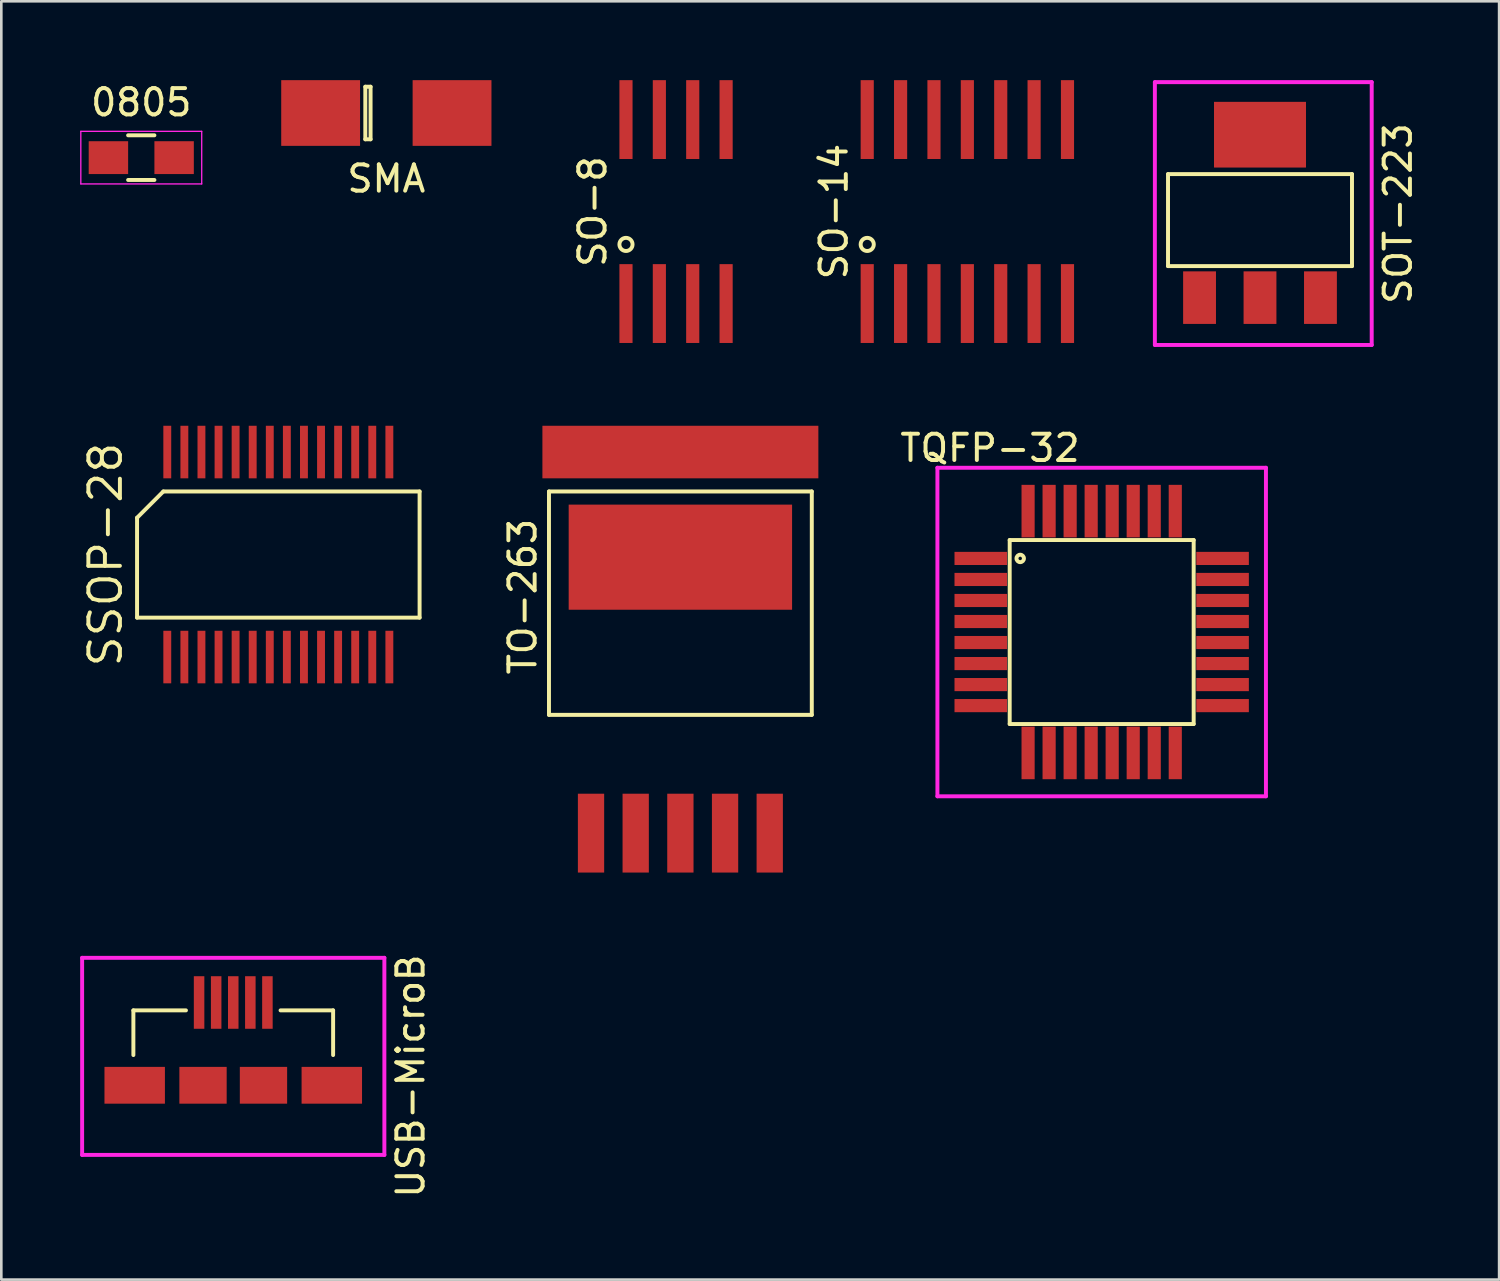
<source format=kicad_pcb>
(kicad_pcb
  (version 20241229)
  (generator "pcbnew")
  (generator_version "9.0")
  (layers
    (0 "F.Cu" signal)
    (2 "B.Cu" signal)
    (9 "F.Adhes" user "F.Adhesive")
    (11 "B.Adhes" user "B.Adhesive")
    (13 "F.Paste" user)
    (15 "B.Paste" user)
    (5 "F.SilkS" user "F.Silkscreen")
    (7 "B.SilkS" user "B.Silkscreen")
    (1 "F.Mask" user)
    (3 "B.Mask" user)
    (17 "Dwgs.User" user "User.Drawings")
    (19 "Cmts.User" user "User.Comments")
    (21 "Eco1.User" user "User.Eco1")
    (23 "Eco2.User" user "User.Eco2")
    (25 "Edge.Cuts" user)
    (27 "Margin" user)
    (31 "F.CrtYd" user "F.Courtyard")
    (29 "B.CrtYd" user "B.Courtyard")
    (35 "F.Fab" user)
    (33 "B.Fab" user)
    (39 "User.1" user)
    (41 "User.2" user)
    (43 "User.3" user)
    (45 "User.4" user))
  (footprint "TO-263"
    (layer "F.Cu")
    (at 22.838 15.15)
    (property "Reference" "TO-263" (at -6 4.5 270) (layer "F.SilkS") (effects (font (size 1 1) (thickness 0.15))))
    (attr through_hole)
    (fp_line (start -5 0.5) (end 5 0.5) (stroke (width 0.15) (type solid)) (layer "F.SilkS"))
    (fp_line (start -5 9) (end -5 0.5) (stroke (width 0.15) (type solid)) (layer "F.SilkS"))
    (fp_line (start 5 0.5) (end 5 9) (stroke (width 0.15) (type solid)) (layer "F.SilkS"))
    (fp_line (start 5 9) (end -5 9) (stroke (width 0.15) (type solid)) (layer "F.SilkS"))
    (pad "1" smd rect (at -3.4 13.5) (size 1 3) (layers "F.Cu" "F.Mask" "F.Paste"))
    (pad "2" smd rect (at -1.7 13.5) (size 1 3) (layers "F.Cu" "F.Mask" "F.Paste"))
    (pad "3" smd rect (at 0 -1) (size 10.5 2) (layers "F.Cu" "F.Mask" "F.Paste"))
    (pad "3" smd rect (at 0 3) (size 8.5 4) (layers "F.Cu" "F.Mask" "F.Paste"))
    (pad "3" smd rect (at 0 13.5) (size 1 3) (layers "F.Cu" "F.Mask" "F.Paste"))
    (pad "4" smd rect (at 1.7 13.5) (size 1 3) (layers "F.Cu" "F.Mask" "F.Paste"))
    (pad "5" smd rect (at 3.4 13.5) (size 1 3) (layers "F.Cu" "F.Mask" "F.Paste")))
  (footprint "SSOP-28"
    (layer "F.Cu")
    (at 7.54 18.05)
    (property "Reference" "SSOP-28" (at -6.575 0 90) (layer "F.SilkS") (effects (font (size 1.2 1.2) (thickness 0.15))))
    (attr through_hole)
    (fp_line (start -5.375 -1.4) (end -5.375 2.4) (stroke (width 0.15) (type solid)) (layer "F.SilkS"))
    (fp_line (start -5.375 2.4) (end 5.375 2.4) (stroke (width 0.15) (type solid)) (layer "F.SilkS"))
    (fp_line (start -4.375 -2.4) (end -5.375 -1.4) (stroke (width 0.15) (type solid)) (layer "F.SilkS"))
    (fp_line (start 5.375 -2.4) (end -4.375 -2.4) (stroke (width 0.15) (type solid)) (layer "F.SilkS"))
    (fp_line (start 5.375 2.4) (end 5.375 -2.4) (stroke (width 0.15) (type solid)) (layer "F.SilkS"))
    (pad "1" smd rect (at -4.225 3.9) (size 0.3 2) (layers "F.Cu" "F.Mask" "F.Paste"))
    (pad "2" smd rect (at -3.575 3.9) (size 0.3 2) (layers "F.Cu" "F.Mask" "F.Paste"))
    (pad "3" smd rect (at -2.925 3.9) (size 0.3 2) (layers "F.Cu" "F.Mask" "F.Paste"))
    (pad "4" smd rect (at -2.275 3.9) (size 0.3 2) (layers "F.Cu" "F.Mask" "F.Paste"))
    (pad "5" smd rect (at -1.625 3.9) (size 0.3 2) (layers "F.Cu" "F.Mask" "F.Paste"))
    (pad "6" smd rect (at -0.975 3.9) (size 0.3 2) (layers "F.Cu" "F.Mask" "F.Paste"))
    (pad "7" smd rect (at -0.325 3.9) (size 0.3 2) (layers "F.Cu" "F.Mask" "F.Paste"))
    (pad "8" smd rect (at 0.325 3.9) (size 0.3 2) (layers "F.Cu" "F.Mask" "F.Paste"))
    (pad "9" smd rect (at 0.975 3.9) (size 0.3 2) (layers "F.Cu" "F.Mask" "F.Paste"))
    (pad "10" smd rect (at 1.625 3.9) (size 0.3 2) (layers "F.Cu" "F.Mask" "F.Paste"))
    (pad "11" smd rect (at 2.275 3.9) (size 0.3 2) (layers "F.Cu" "F.Mask" "F.Paste"))
    (pad "12" smd rect (at 2.925 3.9) (size 0.3 2) (layers "F.Cu" "F.Mask" "F.Paste"))
    (pad "13" smd rect (at 3.575 3.9) (size 0.3 2) (layers "F.Cu" "F.Mask" "F.Paste"))
    (pad "14" smd rect (at 4.225 3.9) (size 0.3 2) (layers "F.Cu" "F.Mask" "F.Paste"))
    (pad "15" smd rect (at 4.225 -3.9) (size 0.3 2) (layers "F.Cu" "F.Mask" "F.Paste"))
    (pad "16" smd rect (at 3.575 -3.9) (size 0.3 2) (layers "F.Cu" "F.Mask" "F.Paste"))
    (pad "17" smd rect (at 2.925 -3.9) (size 0.3 2) (layers "F.Cu" "F.Mask" "F.Paste"))
    (pad "18" smd rect (at 2.275 -3.9) (size 0.3 2) (layers "F.Cu" "F.Mask" "F.Paste"))
    (pad "19" smd rect (at 1.625 -3.9) (size 0.3 2) (layers "F.Cu" "F.Mask" "F.Paste"))
    (pad "20" smd rect (at 0.975 -3.9) (size 0.3 2) (layers "F.Cu" "F.Mask" "F.Paste"))
    (pad "21" smd rect (at 0.325 -3.9) (size 0.3 2) (layers "F.Cu" "F.Mask" "F.Paste"))
    (pad "22" smd rect (at -0.325 -3.9) (size 0.3 2) (layers "F.Cu" "F.Mask" "F.Paste"))
    (pad "23" smd rect (at -0.975 -3.9) (size 0.3 2) (layers "F.Cu" "F.Mask" "F.Paste"))
    (pad "24" smd rect (at -1.625 -3.9) (size 0.3 2) (layers "F.Cu" "F.Mask" "F.Paste"))
    (pad "25" smd rect (at -2.275 -3.9) (size 0.3 2) (layers "F.Cu" "F.Mask" "F.Paste"))
    (pad "26" smd rect (at -2.925 -3.9) (size 0.3 2) (layers "F.Cu" "F.Mask" "F.Paste"))
    (pad "27" smd rect (at -3.575 -3.9) (size 0.3 2) (layers "F.Cu" "F.Mask" "F.Paste"))
    (pad "28" smd rect (at -4.225 -3.9) (size 0.3 2) (layers "F.Cu" "F.Mask" "F.Paste")))
  (footprint "SO-14"
    (layer "F.Cu")
    (at 29.947 7.5)
    (property "Reference" "SO-14" (at -1.27 -2.5 90) (layer "F.SilkS") (effects (font (size 1 1) (thickness 0.15))))
    (attr through_hole)
    (fp_circle (center 0 -1.25) (end 0 -1) (stroke (width 0.15) (type solid)) (fill no) (layer "F.SilkS"))
    (pad "1" smd rect (at 0 1) (size 0.5 3) (layers "F.Cu" "F.Mask" "F.Paste"))
    (pad "2" smd rect (at 1.27 1) (size 0.5 3) (layers "F.Cu" "F.Mask" "F.Paste"))
    (pad "3" smd rect (at 2.54 1) (size 0.5 3) (layers "F.Cu" "F.Mask" "F.Paste"))
    (pad "4" smd rect (at 3.81 1) (size 0.5 3) (layers "F.Cu" "F.Mask" "F.Paste"))
    (pad "5" smd rect (at 5.08 1) (size 0.5 3) (layers "F.Cu" "F.Mask" "F.Paste"))
    (pad "6" smd rect (at 6.35 1) (size 0.5 3) (layers "F.Cu" "F.Mask" "F.Paste"))
    (pad "7" smd rect (at 7.62 1) (size 0.5 3) (layers "F.Cu" "F.Mask" "F.Paste"))
    (pad "8" smd rect (at 7.62 -6) (size 0.5 3) (layers "F.Cu" "F.Mask" "F.Paste"))
    (pad "9" smd rect (at 6.35 -6) (size 0.5 3) (layers "F.Cu" "F.Mask" "F.Paste"))
    (pad "10" smd rect (at 5.08 -6) (size 0.5 3) (layers "F.Cu" "F.Mask" "F.Paste"))
    (pad "11" smd rect (at 3.81 -6) (size 0.5 3) (layers "F.Cu" "F.Mask" "F.Paste"))
    (pad "12" smd rect (at 2.54 -6) (size 0.5 3) (layers "F.Cu" "F.Mask" "F.Paste"))
    (pad "13" smd rect (at 1.27 -6) (size 0.5 3) (layers "F.Cu" "F.Mask" "F.Paste"))
    (pad "14" smd rect (at 0 -6) (size 0.5 3) (layers "F.Cu" "F.Mask" "F.Paste")))
  (footprint "USB-MicroB"
    (layer "F.Cu")
    (at 5.825 35.394)
    (property "Reference" "USB-MicroB" (at 6.75 2.5 90) (layer "F.SilkS") (effects (font (size 1 1) (thickness 0.15))))
    (attr through_hole)
    (fp_line (start -3.8 0) (end -1.8 0) (stroke (width 0.15) (type solid)) (layer "F.SilkS"))
    (fp_line (start -3.8 1.7) (end -3.8 0) (stroke (width 0.15) (type solid)) (layer "F.SilkS"))
    (fp_line (start 1.8 0) (end 3.8 0) (stroke (width 0.15) (type solid)) (layer "F.SilkS"))
    (fp_line (start 3.8 0) (end 3.8 1.7) (stroke (width 0.15) (type solid)) (layer "F.SilkS"))
    (fp_line (start -5.75 -2) (end -5.75 5.5) (stroke (width 0.15) (type solid)) (layer "F.CrtYd"))
    (fp_line (start -5.75 5.5) (end 5.75 5.5) (stroke (width 0.15) (type solid)) (layer "F.CrtYd"))
    (fp_line (start 5.75 -2) (end -5.75 -2) (stroke (width 0.15) (type solid)) (layer "F.CrtYd"))
    (fp_line (start 5.75 5.5) (end 5.75 -2) (stroke (width 0.15) (type solid)) (layer "F.CrtYd"))
    (pad "1" smd rect (at -1.3 -0.3) (size 0.4 2) (layers "F.Cu" "F.Mask" "F.Paste"))
    (pad "2" smd rect (at -0.65 -0.3) (size 0.4 2) (layers "F.Cu" "F.Mask" "F.Paste"))
    (pad "3" smd rect (at 0 -0.3) (size 0.4 2) (layers "F.Cu" "F.Mask" "F.Paste"))
    (pad "4" smd rect (at 0.65 -0.3) (size 0.4 2) (layers "F.Cu" "F.Mask" "F.Paste"))
    (pad "5" smd rect (at 1.3 -0.3) (size 0.4 2) (layers "F.Cu" "F.Mask" "F.Paste"))
    (pad "6" smd rect (at -3.75 2.85) (size 2.3 1.4) (layers "F.Cu" "F.Mask" "F.Paste"))
    (pad "6" smd rect (at -1.15 2.85) (size 1.8 1.4) (layers "F.Cu" "F.Mask" "F.Paste"))
    (pad "6" smd rect (at 1.15 2.85) (size 1.8 1.4) (layers "F.Cu" "F.Mask" "F.Paste"))
    (pad "6" smd rect (at 3.75 2.85) (size 2.3 1.4) (layers "F.Cu" "F.Mask" "F.Paste")))
  (footprint "TQFP-32"
    (layer "F.Cu")
    (at 38.868 20.998)
    (property "Reference" "TQFP-32" (at -4.25 -7 180) (layer "F.SilkS") (effects (font (size 1 1) (thickness 0.15))))
    (attr through_hole)
    (fp_line (start -3.5 -3.5) (end -3.5 3.5) (stroke (width 0.15) (type solid)) (layer "F.SilkS"))
    (fp_line (start -3.5 3.5) (end 3.5 3.5) (stroke (width 0.15) (type solid)) (layer "F.SilkS"))
    (fp_line (start 3.5 -3.5) (end -3.5 -3.5) (stroke (width 0.15) (type solid)) (layer "F.SilkS"))
    (fp_line (start 3.5 3.5) (end 3.5 -3.5) (stroke (width 0.15) (type solid)) (layer "F.SilkS"))
    (fp_circle (center -3.1 -2.8) (end -3 -2.7) (stroke (width 0.15) (type solid)) (fill no) (layer "F.SilkS"))
    (fp_line (start -6.25 -6.25) (end -6.25 6.25) (stroke (width 0.15) (type solid)) (layer "F.CrtYd"))
    (fp_line (start -6.25 -6.25) (end 6.25 -6.25) (stroke (width 0.15) (type solid)) (layer "F.CrtYd"))
    (fp_line (start -6.25 6.25) (end 6.25 6.25) (stroke (width 0.15) (type solid)) (layer "F.CrtYd"))
    (fp_line (start 6.25 6.25) (end 6.25 -6.25) (stroke (width 0.15) (type solid)) (layer "F.CrtYd"))
    (pad "1" smd rect (at -4.6 -2.8) (size 2 0.5) (layers "F.Cu" "F.Mask" "F.Paste"))
    (pad "2" smd rect (at -4.6 -2) (size 2 0.5) (layers "F.Cu" "F.Mask" "F.Paste"))
    (pad "3" smd rect (at -4.6 -1.2) (size 2 0.5) (layers "F.Cu" "F.Mask" "F.Paste"))
    (pad "4" smd rect (at -4.6 -0.4) (size 2 0.5) (layers "F.Cu" "F.Mask" "F.Paste"))
    (pad "5" smd rect (at -4.6 0.4) (size 2 0.5) (layers "F.Cu" "F.Mask" "F.Paste"))
    (pad "6" smd rect (at -4.6 1.2) (size 2 0.5) (layers "F.Cu" "F.Mask" "F.Paste"))
    (pad "7" smd rect (at -4.6 2) (size 2 0.5) (layers "F.Cu" "F.Mask" "F.Paste"))
    (pad "8" smd rect (at -4.6 2.8) (size 2 0.5) (layers "F.Cu" "F.Mask" "F.Paste"))
    (pad "9" smd rect (at -2.8 4.6 90) (size 2 0.5) (layers "F.Cu" "F.Mask" "F.Paste"))
    (pad "10" smd rect (at -2 4.6 270) (size 2 0.5) (layers "F.Cu" "F.Mask" "F.Paste"))
    (pad "11" smd rect (at -1.2 4.6 90) (size 2 0.5) (layers "F.Cu" "F.Mask" "F.Paste"))
    (pad "12" smd rect (at -0.4 4.6 90) (size 2 0.5) (layers "F.Cu" "F.Mask" "F.Paste"))
    (pad "13" smd rect (at 0.4 4.6 90) (size 2 0.5) (layers "F.Cu" "F.Mask" "F.Paste"))
    (pad "14" smd rect (at 1.2 4.6 90) (size 2 0.5) (layers "F.Cu" "F.Mask" "F.Paste"))
    (pad "15" smd rect (at 2 4.6 90) (size 2 0.5) (layers "F.Cu" "F.Mask" "F.Paste"))
    (pad "16" smd rect (at 2.8 4.6 90) (size 2 0.5) (layers "F.Cu" "F.Mask" "F.Paste"))
    (pad "17" smd rect (at 4.6 2.8) (size 2 0.5) (layers "F.Cu" "F.Mask" "F.Paste"))
    (pad "18" smd rect (at 4.6 2) (size 2 0.5) (layers "F.Cu" "F.Mask" "F.Paste"))
    (pad "19" smd rect (at 4.6 1.2) (size 2 0.5) (layers "F.Cu" "F.Mask" "F.Paste"))
    (pad "20" smd rect (at 4.6 0.4) (size 2 0.5) (layers "F.Cu" "F.Mask" "F.Paste"))
    (pad "21" smd rect (at 4.6 -0.4) (size 2 0.5) (layers "F.Cu" "F.Mask" "F.Paste"))
    (pad "22" smd rect (at 4.6 -1.2) (size 2 0.5) (layers "F.Cu" "F.Mask" "F.Paste"))
    (pad "23" smd rect (at 4.6 -2) (size 2 0.5) (layers "F.Cu" "F.Mask" "F.Paste"))
    (pad "24" smd rect (at 4.6 -2.8) (size 2 0.5) (layers "F.Cu" "F.Mask" "F.Paste"))
    (pad "25" smd rect (at 2.8 -4.6 90) (size 2 0.5) (layers "F.Cu" "F.Mask" "F.Paste"))
    (pad "26" smd rect (at 2 -4.6 90) (size 2 0.5) (layers "F.Cu" "F.Mask" "F.Paste"))
    (pad "27" smd rect (at 1.2 -4.6 90) (size 2 0.5) (layers "F.Cu" "F.Mask" "F.Paste"))
    (pad "28" smd rect (at 0.4 -4.6 90) (size 2 0.5) (layers "F.Cu" "F.Mask" "F.Paste"))
    (pad "29" smd rect (at -0.4 -4.6 90) (size 2 0.5) (layers "F.Cu" "F.Mask" "F.Paste"))
    (pad "30" smd rect (at -1.2 -4.6 90) (size 2 0.5) (layers "F.Cu" "F.Mask" "F.Paste"))
    (pad "31" smd rect (at -2 -4.6 90) (size 2 0.5) (layers "F.Cu" "F.Mask" "F.Paste"))
    (pad "32" smd rect (at -2.8 -4.6 90) (size 2 0.5) (layers "F.Cu" "F.Mask" "F.Paste")))
  (footprint "0805"
    (layer "F.Cu")
    (at 2.325 2.948)
    (property "Reference" "0805" (at 0 -2.1 0) (layer "F.SilkS") (effects (font (size 1 1) (thickness 0.15))))
    (attr smd)
    (fp_line (start -0.5 0.85) (end 0.5 0.85) (stroke (width 0.15) (type solid)) (layer "F.SilkS"))
    (fp_line (start 0.5 -0.85) (end -0.5 -0.85) (stroke (width 0.15) (type solid)) (layer "F.SilkS"))
    (fp_line (start -2.3 -1) (end -2.3 1) (stroke (width 0.05) (type solid)) (layer "F.CrtYd"))
    (fp_line (start -2.3 -1) (end 2.3 -1) (stroke (width 0.05) (type solid)) (layer "F.CrtYd"))
    (fp_line (start -2.3 1) (end 2.3 1) (stroke (width 0.05) (type solid)) (layer "F.CrtYd"))
    (fp_line (start 2.3 -1) (end 2.3 1) (stroke (width 0.05) (type solid)) (layer "F.CrtYd"))
    (pad "1" smd rect (at -1.25 0) (size 1.5 1.25) (layers "F.Cu" "F.Mask" "F.Paste"))
    (pad "2" smd rect (at 1.25 0) (size 1.5 1.25) (layers "F.Cu" "F.Mask" "F.Paste")))
  (footprint "SOT-223"
    (layer "F.Cu")
    (at 44.892 7.075)
    (property "Reference" "SOT-223" (at 5.25 -2 90) (layer "F.SilkS") (effects (font (size 1 1) (thickness 0.15))))
    (attr through_hole)
    (fp_line (start -3.5 -3.5) (end -3.5 0) (stroke (width 0.15) (type solid)) (layer "F.SilkS"))
    (fp_line (start -3.5 0) (end 3.5 0) (stroke (width 0.15) (type solid)) (layer "F.SilkS"))
    (fp_line (start 3.5 -3.5) (end -3.5 -3.5) (stroke (width 0.15) (type solid)) (layer "F.SilkS"))
    (fp_line (start 3.5 0) (end 3.5 -3.5) (stroke (width 0.15) (type solid)) (layer "F.SilkS"))
    (fp_line (start -4 -7) (end 4.25 -7) (stroke (width 0.15) (type solid)) (layer "F.CrtYd"))
    (fp_line (start -4 3) (end -4 -7) (stroke (width 0.15) (type solid)) (layer "F.CrtYd"))
    (fp_line (start 4.25 -7) (end 4.25 3) (stroke (width 0.15) (type solid)) (layer "F.CrtYd"))
    (fp_line (start 4.25 3) (end -4 3) (stroke (width 0.15) (type solid)) (layer "F.CrtYd"))
    (pad "1" smd rect (at -2.3 1.2) (size 1.25 2) (layers "F.Cu" "F.Mask" "F.Paste"))
    (pad "1" smd rect (at 0 -5) (size 3.5 2.5) (layers "F.Cu" "F.Mask" "F.Paste"))
    (pad "2" smd rect (at 0 1.2) (size 1.25 2) (layers "F.Cu" "F.Mask" "F.Paste"))
    (pad "3" smd rect (at 2.3 1.2) (size 1.25 2) (layers "F.Cu" "F.Mask" "F.Paste")))
  (footprint "SO-8"
    (layer "F.Cu")
    (at 20.768 7.5)
    (property "Reference" "SO-8" (at -1.27 -2.5 90) (layer "F.SilkS") (effects (font (size 1 1) (thickness 0.15))))
    (attr through_hole)
    (fp_circle (center 0 -1.25) (end 0 -1) (stroke (width 0.15) (type solid)) (fill no) (layer "F.SilkS"))
    (pad "1" smd rect (at 0 1) (size 0.5 3) (layers "F.Cu" "F.Mask" "F.Paste"))
    (pad "2" smd rect (at 1.27 1) (size 0.5 3) (layers "F.Cu" "F.Mask" "F.Paste"))
    (pad "3" smd rect (at 2.54 1) (size 0.5 3) (layers "F.Cu" "F.Mask" "F.Paste"))
    (pad "4" smd rect (at 3.81 1) (size 0.5 3) (layers "F.Cu" "F.Mask" "F.Paste"))
    (pad "5" smd rect (at 3.81 -6) (size 0.5 3) (layers "F.Cu" "F.Mask" "F.Paste"))
    (pad "6" smd rect (at 2.54 -6) (size 0.5 3) (layers "F.Cu" "F.Mask" "F.Paste"))
    (pad "7" smd rect (at 1.27 -6) (size 0.5 3) (layers "F.Cu" "F.Mask" "F.Paste"))
    (pad "8" smd rect (at 0 -6) (size 0.5 3) (layers "F.Cu" "F.Mask" "F.Paste")))
  (footprint "SMA"
    (layer "F.Cu")
    (at 11.65 1.25)
    (property "Reference" "SMA" (at 0 2.5 0) (layer "F.SilkS") (effects (font (size 1 1) (thickness 0.15))))
    (attr through_hole)
    (fp_line (start -0.8 -1) (end -0.8 1) (stroke (width 0.15) (type solid)) (layer "F.SilkS"))
    (fp_line (start -0.8 1) (end -0.6 1) (stroke (width 0.15) (type solid)) (layer "F.SilkS"))
    (fp_line (start -0.6 -1) (end -0.8 -1) (stroke (width 0.15) (type solid)) (layer "F.SilkS"))
    (fp_line (start -0.6 1) (end -0.6 -1) (stroke (width 0.15) (type solid)) (layer "F.SilkS"))
    (pad "1" smd rect (at -2.5 0) (size 3 2.5) (layers "F.Cu" "F.Mask" "F.Paste"))
    (pad "2" smd rect (at 2.5 0) (size 3 2.5) (layers "F.Cu" "F.Mask" "F.Paste")))
  (gr_rect
    (start -3 -3)
    (end 53.99 45.638)
    (stroke (width 0.1) (type default))
    (fill no)
    (layer "Edge.Cuts")))
</source>
